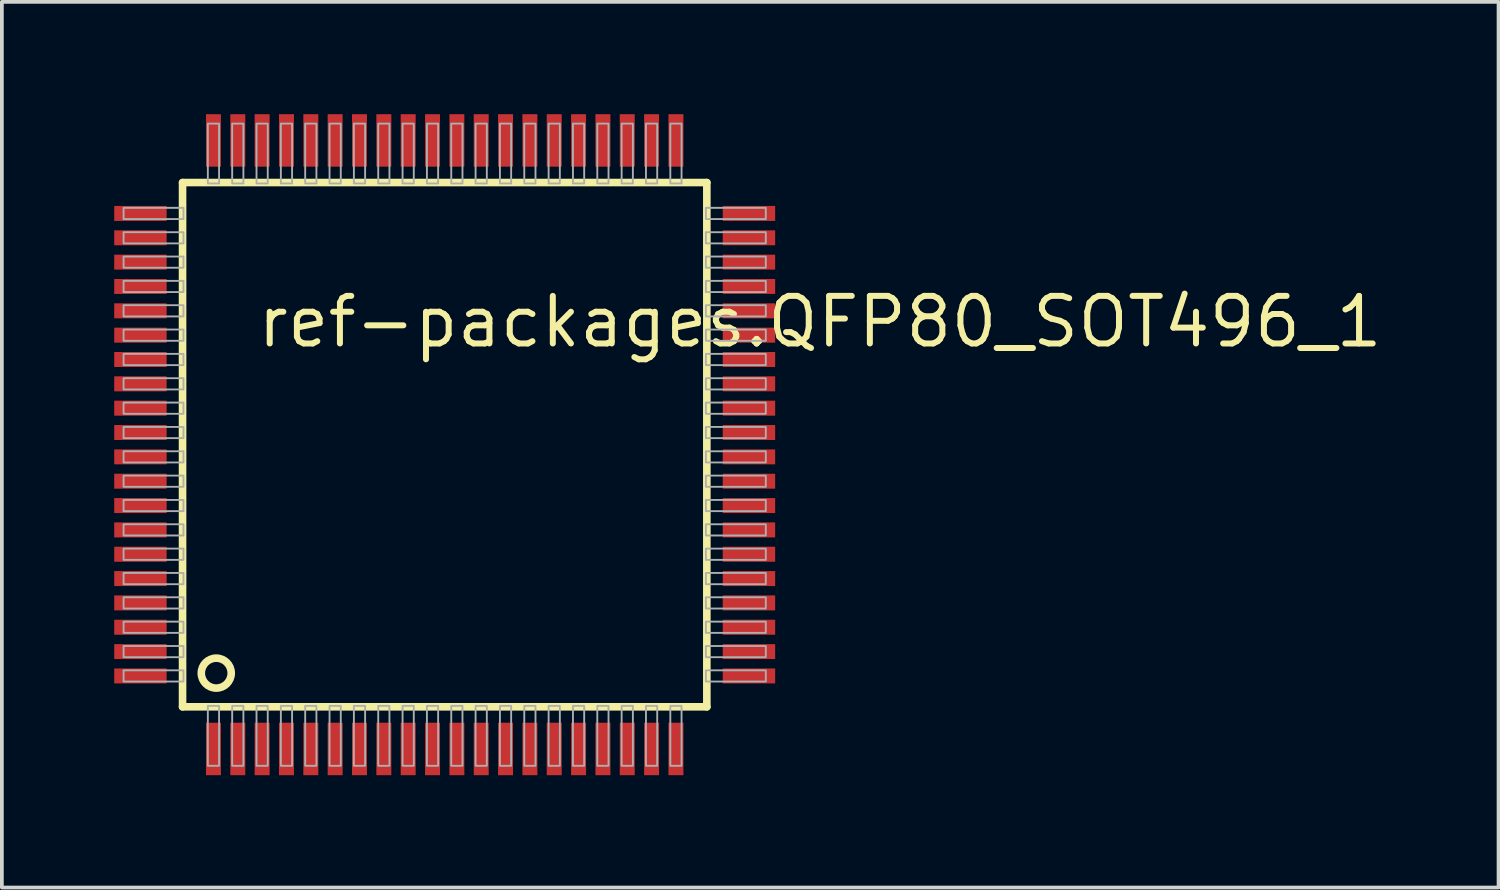
<source format=kicad_pcb>
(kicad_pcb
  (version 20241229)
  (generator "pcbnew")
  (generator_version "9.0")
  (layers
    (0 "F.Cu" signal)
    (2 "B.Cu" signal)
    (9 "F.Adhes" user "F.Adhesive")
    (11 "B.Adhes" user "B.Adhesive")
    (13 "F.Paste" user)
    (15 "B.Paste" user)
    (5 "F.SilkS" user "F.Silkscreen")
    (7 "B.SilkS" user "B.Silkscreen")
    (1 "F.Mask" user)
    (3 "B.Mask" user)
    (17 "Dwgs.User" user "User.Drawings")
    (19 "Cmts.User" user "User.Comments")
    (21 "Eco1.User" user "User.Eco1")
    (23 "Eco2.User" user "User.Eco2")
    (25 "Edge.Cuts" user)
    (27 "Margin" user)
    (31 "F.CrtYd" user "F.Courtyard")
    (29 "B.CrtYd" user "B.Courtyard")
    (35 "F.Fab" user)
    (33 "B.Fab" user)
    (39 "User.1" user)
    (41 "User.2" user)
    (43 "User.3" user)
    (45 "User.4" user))
  (footprint "ref-packages.QFP80_SOT496_1"
    (layer "F.Cu")
    (at 8.825 8.825)
    (property "Reference" "ref-packages.QFP80_SOT496_1" (at -5.08 -2.54 0) (layer "F.SilkS") (effects (font (size 1.27 1.27) (thickness 0.16)) (justify left bottom)))
    (attr smd)
    (fp_line (start -7 -7) (end 7 -7) (stroke (width 0.203) (type default)) (layer "F.SilkS"))
    (fp_line (start -7 7) (end -7 -7) (stroke (width 0.203) (type default)) (layer "F.SilkS"))
    (fp_line (start 7 -7) (end 7 7) (stroke (width 0.203) (type default)) (layer "F.SilkS"))
    (fp_line (start 7 7) (end -7 7) (stroke (width 0.203) (type default)) (layer "F.SilkS"))
    (fp_circle (center -6.1 6.1) (end -5.7 6.1) (stroke (width 0.203) (type default)) (fill no) (layer "F.SilkS"))
    (fp_rect (start -8.575 -6.025) (end -6.975 -6.325) (stroke (width 0.05) (type default)) (fill no) (layer "F.Fab"))
    (fp_rect (start -8.575 -5.375) (end -6.975 -5.675) (stroke (width 0.05) (type default)) (fill no) (layer "F.Fab"))
    (fp_rect (start -8.575 -4.725) (end -6.975 -5.025) (stroke (width 0.05) (type default)) (fill no) (layer "F.Fab"))
    (fp_rect (start -8.575 -4.075) (end -6.975 -4.375) (stroke (width 0.05) (type default)) (fill no) (layer "F.Fab"))
    (fp_rect (start -8.575 -3.425) (end -6.975 -3.725) (stroke (width 0.05) (type default)) (fill no) (layer "F.Fab"))
    (fp_rect (start -8.575 -2.775) (end -6.975 -3.075) (stroke (width 0.05) (type default)) (fill no) (layer "F.Fab"))
    (fp_rect (start -8.575 -2.125) (end -6.975 -2.425) (stroke (width 0.05) (type default)) (fill no) (layer "F.Fab"))
    (fp_rect (start -8.575 -1.475) (end -6.975 -1.775) (stroke (width 0.05) (type default)) (fill no) (layer "F.Fab"))
    (fp_rect (start -8.575 -0.825) (end -6.975 -1.125) (stroke (width 0.05) (type default)) (fill no) (layer "F.Fab"))
    (fp_rect (start -8.575 -0.175) (end -6.975 -0.475) (stroke (width 0.05) (type default)) (fill no) (layer "F.Fab"))
    (fp_rect (start -8.575 0.475) (end -6.975 0.175) (stroke (width 0.05) (type default)) (fill no) (layer "F.Fab"))
    (fp_rect (start -8.575 1.125) (end -6.975 0.825) (stroke (width 0.05) (type default)) (fill no) (layer "F.Fab"))
    (fp_rect (start -8.575 1.775) (end -6.975 1.475) (stroke (width 0.05) (type default)) (fill no) (layer "F.Fab"))
    (fp_rect (start -8.575 2.425) (end -6.975 2.125) (stroke (width 0.05) (type default)) (fill no) (layer "F.Fab"))
    (fp_rect (start -8.575 3.075) (end -6.975 2.775) (stroke (width 0.05) (type default)) (fill no) (layer "F.Fab"))
    (fp_rect (start -8.575 3.725) (end -6.975 3.425) (stroke (width 0.05) (type default)) (fill no) (layer "F.Fab"))
    (fp_rect (start -8.575 4.375) (end -6.975 4.075) (stroke (width 0.05) (type default)) (fill no) (layer "F.Fab"))
    (fp_rect (start -8.575 5.025) (end -6.975 4.725) (stroke (width 0.05) (type default)) (fill no) (layer "F.Fab"))
    (fp_rect (start -8.575 5.675) (end -6.975 5.375) (stroke (width 0.05) (type default)) (fill no) (layer "F.Fab"))
    (fp_rect (start -8.575 6.325) (end -6.975 6.025) (stroke (width 0.05) (type default)) (fill no) (layer "F.Fab"))
    (fp_rect (start -6.325 -6.975) (end -6.025 -8.575) (stroke (width 0.05) (type default)) (fill no) (layer "F.Fab"))
    (fp_rect (start -6.325 8.575) (end -6.025 6.975) (stroke (width 0.05) (type default)) (fill no) (layer "F.Fab"))
    (fp_rect (start -5.675 -6.975) (end -5.375 -8.575) (stroke (width 0.05) (type default)) (fill no) (layer "F.Fab"))
    (fp_rect (start -5.675 8.575) (end -5.375 6.975) (stroke (width 0.05) (type default)) (fill no) (layer "F.Fab"))
    (fp_rect (start -5.025 -6.975) (end -4.725 -8.575) (stroke (width 0.05) (type default)) (fill no) (layer "F.Fab"))
    (fp_rect (start -5.025 8.575) (end -4.725 6.975) (stroke (width 0.05) (type default)) (fill no) (layer "F.Fab"))
    (fp_rect (start -4.375 -6.975) (end -4.075 -8.575) (stroke (width 0.05) (type default)) (fill no) (layer "F.Fab"))
    (fp_rect (start -4.375 8.575) (end -4.075 6.975) (stroke (width 0.05) (type default)) (fill no) (layer "F.Fab"))
    (fp_rect (start -3.725 -6.975) (end -3.425 -8.575) (stroke (width 0.05) (type default)) (fill no) (layer "F.Fab"))
    (fp_rect (start -3.725 8.575) (end -3.425 6.975) (stroke (width 0.05) (type default)) (fill no) (layer "F.Fab"))
    (fp_rect (start -3.075 -6.975) (end -2.775 -8.575) (stroke (width 0.05) (type default)) (fill no) (layer "F.Fab"))
    (fp_rect (start -3.075 8.575) (end -2.775 6.975) (stroke (width 0.05) (type default)) (fill no) (layer "F.Fab"))
    (fp_rect (start -2.425 -6.975) (end -2.125 -8.575) (stroke (width 0.05) (type default)) (fill no) (layer "F.Fab"))
    (fp_rect (start -2.425 8.575) (end -2.125 6.975) (stroke (width 0.05) (type default)) (fill no) (layer "F.Fab"))
    (fp_rect (start -1.775 -6.975) (end -1.475 -8.575) (stroke (width 0.05) (type default)) (fill no) (layer "F.Fab"))
    (fp_rect (start -1.775 8.575) (end -1.475 6.975) (stroke (width 0.05) (type default)) (fill no) (layer "F.Fab"))
    (fp_rect (start -1.125 -6.975) (end -0.825 -8.575) (stroke (width 0.05) (type default)) (fill no) (layer "F.Fab"))
    (fp_rect (start -1.125 8.575) (end -0.825 6.975) (stroke (width 0.05) (type default)) (fill no) (layer "F.Fab"))
    (fp_rect (start -0.475 -6.975) (end -0.175 -8.575) (stroke (width 0.05) (type default)) (fill no) (layer "F.Fab"))
    (fp_rect (start -0.475 8.575) (end -0.175 6.975) (stroke (width 0.05) (type default)) (fill no) (layer "F.Fab"))
    (fp_rect (start 0.175 -6.975) (end 0.475 -8.575) (stroke (width 0.05) (type default)) (fill no) (layer "F.Fab"))
    (fp_rect (start 0.175 8.575) (end 0.475 6.975) (stroke (width 0.05) (type default)) (fill no) (layer "F.Fab"))
    (fp_rect (start 0.825 -6.975) (end 1.125 -8.575) (stroke (width 0.05) (type default)) (fill no) (layer "F.Fab"))
    (fp_rect (start 0.825 8.575) (end 1.125 6.975) (stroke (width 0.05) (type default)) (fill no) (layer "F.Fab"))
    (fp_rect (start 1.475 -6.975) (end 1.775 -8.575) (stroke (width 0.05) (type default)) (fill no) (layer "F.Fab"))
    (fp_rect (start 1.475 8.575) (end 1.775 6.975) (stroke (width 0.05) (type default)) (fill no) (layer "F.Fab"))
    (fp_rect (start 2.125 -6.975) (end 2.425 -8.575) (stroke (width 0.05) (type default)) (fill no) (layer "F.Fab"))
    (fp_rect (start 2.125 8.575) (end 2.425 6.975) (stroke (width 0.05) (type default)) (fill no) (layer "F.Fab"))
    (fp_rect (start 2.775 -6.975) (end 3.075 -8.575) (stroke (width 0.05) (type default)) (fill no) (layer "F.Fab"))
    (fp_rect (start 2.775 8.575) (end 3.075 6.975) (stroke (width 0.05) (type default)) (fill no) (layer "F.Fab"))
    (fp_rect (start 3.425 -6.975) (end 3.725 -8.575) (stroke (width 0.05) (type default)) (fill no) (layer "F.Fab"))
    (fp_rect (start 3.425 8.575) (end 3.725 6.975) (stroke (width 0.05) (type default)) (fill no) (layer "F.Fab"))
    (fp_rect (start 4.075 -6.975) (end 4.375 -8.575) (stroke (width 0.05) (type default)) (fill no) (layer "F.Fab"))
    (fp_rect (start 4.075 8.575) (end 4.375 6.975) (stroke (width 0.05) (type default)) (fill no) (layer "F.Fab"))
    (fp_rect (start 4.725 -6.975) (end 5.025 -8.575) (stroke (width 0.05) (type default)) (fill no) (layer "F.Fab"))
    (fp_rect (start 4.725 8.575) (end 5.025 6.975) (stroke (width 0.05) (type default)) (fill no) (layer "F.Fab"))
    (fp_rect (start 5.375 -6.975) (end 5.675 -8.575) (stroke (width 0.05) (type default)) (fill no) (layer "F.Fab"))
    (fp_rect (start 5.375 8.575) (end 5.675 6.975) (stroke (width 0.05) (type default)) (fill no) (layer "F.Fab"))
    (fp_rect (start 6.025 -6.975) (end 6.325 -8.575) (stroke (width 0.05) (type default)) (fill no) (layer "F.Fab"))
    (fp_rect (start 6.025 8.575) (end 6.325 6.975) (stroke (width 0.05) (type default)) (fill no) (layer "F.Fab"))
    (fp_rect (start 6.975 -6.025) (end 8.575 -6.325) (stroke (width 0.05) (type default)) (fill no) (layer "F.Fab"))
    (fp_rect (start 6.975 -5.375) (end 8.575 -5.675) (stroke (width 0.05) (type default)) (fill no) (layer "F.Fab"))
    (fp_rect (start 6.975 -4.725) (end 8.575 -5.025) (stroke (width 0.05) (type default)) (fill no) (layer "F.Fab"))
    (fp_rect (start 6.975 -4.075) (end 8.575 -4.375) (stroke (width 0.05) (type default)) (fill no) (layer "F.Fab"))
    (fp_rect (start 6.975 -3.425) (end 8.575 -3.725) (stroke (width 0.05) (type default)) (fill no) (layer "F.Fab"))
    (fp_rect (start 6.975 -2.775) (end 8.575 -3.075) (stroke (width 0.05) (type default)) (fill no) (layer "F.Fab"))
    (fp_rect (start 6.975 -2.125) (end 8.575 -2.425) (stroke (width 0.05) (type default)) (fill no) (layer "F.Fab"))
    (fp_rect (start 6.975 -1.475) (end 8.575 -1.775) (stroke (width 0.05) (type default)) (fill no) (layer "F.Fab"))
    (fp_rect (start 6.975 -0.825) (end 8.575 -1.125) (stroke (width 0.05) (type default)) (fill no) (layer "F.Fab"))
    (fp_rect (start 6.975 -0.175) (end 8.575 -0.475) (stroke (width 0.05) (type default)) (fill no) (layer "F.Fab"))
    (fp_rect (start 6.975 0.475) (end 8.575 0.175) (stroke (width 0.05) (type default)) (fill no) (layer "F.Fab"))
    (fp_rect (start 6.975 1.125) (end 8.575 0.825) (stroke (width 0.05) (type default)) (fill no) (layer "F.Fab"))
    (fp_rect (start 6.975 1.775) (end 8.575 1.475) (stroke (width 0.05) (type default)) (fill no) (layer "F.Fab"))
    (fp_rect (start 6.975 2.425) (end 8.575 2.125) (stroke (width 0.05) (type default)) (fill no) (layer "F.Fab"))
    (fp_rect (start 6.975 3.075) (end 8.575 2.775) (stroke (width 0.05) (type default)) (fill no) (layer "F.Fab"))
    (fp_rect (start 6.975 3.725) (end 8.575 3.425) (stroke (width 0.05) (type default)) (fill no) (layer "F.Fab"))
    (fp_rect (start 6.975 4.375) (end 8.575 4.075) (stroke (width 0.05) (type default)) (fill no) (layer "F.Fab"))
    (fp_rect (start 6.975 5.025) (end 8.575 4.725) (stroke (width 0.05) (type default)) (fill no) (layer "F.Fab"))
    (fp_rect (start 6.975 5.675) (end 8.575 5.375) (stroke (width 0.05) (type default)) (fill no) (layer "F.Fab"))
    (fp_rect (start 6.975 6.325) (end 8.575 6.025) (stroke (width 0.05) (type default)) (fill no) (layer "F.Fab"))
    (pad "1" smd roundrect (at -6.175 8.125) (size 0.4 1.4) (layers "F.Cu" "F.Mask" "F.Paste") (roundrect_rratio 0.01))
    (pad "2" smd roundrect (at -5.525 8.125) (size 0.4 1.4) (layers "F.Cu" "F.Mask" "F.Paste") (roundrect_rratio 0.01))
    (pad "3" smd roundrect (at -4.875 8.125) (size 0.4 1.4) (layers "F.Cu" "F.Mask" "F.Paste") (roundrect_rratio 0.01))
    (pad "4" smd roundrect (at -4.225 8.125) (size 0.4 1.4) (layers "F.Cu" "F.Mask" "F.Paste") (roundrect_rratio 0.01))
    (pad "5" smd roundrect (at -3.575 8.125) (size 0.4 1.4) (layers "F.Cu" "F.Mask" "F.Paste") (roundrect_rratio 0.01))
    (pad "6" smd roundrect (at -2.925 8.125) (size 0.4 1.4) (layers "F.Cu" "F.Mask" "F.Paste") (roundrect_rratio 0.01))
    (pad "7" smd roundrect (at -2.275 8.125) (size 0.4 1.4) (layers "F.Cu" "F.Mask" "F.Paste") (roundrect_rratio 0.01))
    (pad "8" smd roundrect (at -1.625 8.125) (size 0.4 1.4) (layers "F.Cu" "F.Mask" "F.Paste") (roundrect_rratio 0.01))
    (pad "9" smd roundrect (at -0.975 8.125) (size 0.4 1.4) (layers "F.Cu" "F.Mask" "F.Paste") (roundrect_rratio 0.01))
    (pad "10" smd roundrect (at -0.325 8.125) (size 0.4 1.4) (layers "F.Cu" "F.Mask" "F.Paste") (roundrect_rratio 0.01))
    (pad "11" smd roundrect (at 0.325 8.125) (size 0.4 1.4) (layers "F.Cu" "F.Mask" "F.Paste") (roundrect_rratio 0.01))
    (pad "12" smd roundrect (at 0.975 8.125) (size 0.4 1.4) (layers "F.Cu" "F.Mask" "F.Paste") (roundrect_rratio 0.01))
    (pad "13" smd roundrect (at 1.625 8.125) (size 0.4 1.4) (layers "F.Cu" "F.Mask" "F.Paste") (roundrect_rratio 0.01))
    (pad "14" smd roundrect (at 2.275 8.125) (size 0.4 1.4) (layers "F.Cu" "F.Mask" "F.Paste") (roundrect_rratio 0.01))
    (pad "15" smd roundrect (at 2.925 8.125) (size 0.4 1.4) (layers "F.Cu" "F.Mask" "F.Paste") (roundrect_rratio 0.01))
    (pad "16" smd roundrect (at 3.575 8.125) (size 0.4 1.4) (layers "F.Cu" "F.Mask" "F.Paste") (roundrect_rratio 0.01))
    (pad "17" smd roundrect (at 4.225 8.125) (size 0.4 1.4) (layers "F.Cu" "F.Mask" "F.Paste") (roundrect_rratio 0.01))
    (pad "18" smd roundrect (at 4.875 8.125) (size 0.4 1.4) (layers "F.Cu" "F.Mask" "F.Paste") (roundrect_rratio 0.01))
    (pad "19" smd roundrect (at 5.525 8.125) (size 0.4 1.4) (layers "F.Cu" "F.Mask" "F.Paste") (roundrect_rratio 0.01))
    (pad "20" smd roundrect (at 6.175 8.125) (size 0.4 1.4) (layers "F.Cu" "F.Mask" "F.Paste") (roundrect_rratio 0.01))
    (pad "21" smd roundrect (at 8.125 6.175) (size 1.4 0.4) (layers "F.Cu" "F.Mask" "F.Paste") (roundrect_rratio 0.01))
    (pad "22" smd roundrect (at 8.125 5.525) (size 1.4 0.4) (layers "F.Cu" "F.Mask" "F.Paste") (roundrect_rratio 0.01))
    (pad "23" smd roundrect (at 8.125 4.875) (size 1.4 0.4) (layers "F.Cu" "F.Mask" "F.Paste") (roundrect_rratio 0.01))
    (pad "24" smd roundrect (at 8.125 4.225) (size 1.4 0.4) (layers "F.Cu" "F.Mask" "F.Paste") (roundrect_rratio 0.01))
    (pad "25" smd roundrect (at 8.125 3.575) (size 1.4 0.4) (layers "F.Cu" "F.Mask" "F.Paste") (roundrect_rratio 0.01))
    (pad "26" smd roundrect (at 8.125 2.925) (size 1.4 0.4) (layers "F.Cu" "F.Mask" "F.Paste") (roundrect_rratio 0.01))
    (pad "27" smd roundrect (at 8.125 2.275) (size 1.4 0.4) (layers "F.Cu" "F.Mask" "F.Paste") (roundrect_rratio 0.01))
    (pad "28" smd roundrect (at 8.125 1.625) (size 1.4 0.4) (layers "F.Cu" "F.Mask" "F.Paste") (roundrect_rratio 0.01))
    (pad "29" smd roundrect (at 8.125 0.975) (size 1.4 0.4) (layers "F.Cu" "F.Mask" "F.Paste") (roundrect_rratio 0.01))
    (pad "30" smd roundrect (at 8.125 0.325) (size 1.4 0.4) (layers "F.Cu" "F.Mask" "F.Paste") (roundrect_rratio 0.01))
    (pad "31" smd roundrect (at 8.125 -0.325) (size 1.4 0.4) (layers "F.Cu" "F.Mask" "F.Paste") (roundrect_rratio 0.01))
    (pad "32" smd roundrect (at 8.125 -0.975) (size 1.4 0.4) (layers "F.Cu" "F.Mask" "F.Paste") (roundrect_rratio 0.01))
    (pad "33" smd roundrect (at 8.125 -1.625) (size 1.4 0.4) (layers "F.Cu" "F.Mask" "F.Paste") (roundrect_rratio 0.01))
    (pad "34" smd roundrect (at 8.125 -2.275) (size 1.4 0.4) (layers "F.Cu" "F.Mask" "F.Paste") (roundrect_rratio 0.01))
    (pad "35" smd roundrect (at 8.125 -2.925) (size 1.4 0.4) (layers "F.Cu" "F.Mask" "F.Paste") (roundrect_rratio 0.01))
    (pad "36" smd roundrect (at 8.125 -3.575) (size 1.4 0.4) (layers "F.Cu" "F.Mask" "F.Paste") (roundrect_rratio 0.01))
    (pad "37" smd roundrect (at 8.125 -4.225) (size 1.4 0.4) (layers "F.Cu" "F.Mask" "F.Paste") (roundrect_rratio 0.01))
    (pad "38" smd roundrect (at 8.125 -4.875) (size 1.4 0.4) (layers "F.Cu" "F.Mask" "F.Paste") (roundrect_rratio 0.01))
    (pad "39" smd roundrect (at 8.125 -5.525) (size 1.4 0.4) (layers "F.Cu" "F.Mask" "F.Paste") (roundrect_rratio 0.01))
    (pad "40" smd roundrect (at 8.125 -6.175) (size 1.4 0.4) (layers "F.Cu" "F.Mask" "F.Paste") (roundrect_rratio 0.01))
    (pad "41" smd roundrect (at 6.175 -8.125) (size 0.4 1.4) (layers "F.Cu" "F.Mask" "F.Paste") (roundrect_rratio 0.01))
    (pad "42" smd roundrect (at 5.525 -8.125) (size 0.4 1.4) (layers "F.Cu" "F.Mask" "F.Paste") (roundrect_rratio 0.01))
    (pad "43" smd roundrect (at 4.875 -8.125) (size 0.4 1.4) (layers "F.Cu" "F.Mask" "F.Paste") (roundrect_rratio 0.01))
    (pad "44" smd roundrect (at 4.225 -8.125) (size 0.4 1.4) (layers "F.Cu" "F.Mask" "F.Paste") (roundrect_rratio 0.01))
    (pad "45" smd roundrect (at 3.575 -8.125) (size 0.4 1.4) (layers "F.Cu" "F.Mask" "F.Paste") (roundrect_rratio 0.01))
    (pad "46" smd roundrect (at 2.925 -8.125) (size 0.4 1.4) (layers "F.Cu" "F.Mask" "F.Paste") (roundrect_rratio 0.01))
    (pad "47" smd roundrect (at 2.275 -8.125) (size 0.4 1.4) (layers "F.Cu" "F.Mask" "F.Paste") (roundrect_rratio 0.01))
    (pad "48" smd roundrect (at 1.625 -8.125) (size 0.4 1.4) (layers "F.Cu" "F.Mask" "F.Paste") (roundrect_rratio 0.01))
    (pad "49" smd roundrect (at 0.975 -8.125) (size 0.4 1.4) (layers "F.Cu" "F.Mask" "F.Paste") (roundrect_rratio 0.01))
    (pad "50" smd roundrect (at 0.325 -8.125) (size 0.4 1.4) (layers "F.Cu" "F.Mask" "F.Paste") (roundrect_rratio 0.01))
    (pad "51" smd roundrect (at -0.325 -8.125) (size 0.4 1.4) (layers "F.Cu" "F.Mask" "F.Paste") (roundrect_rratio 0.01))
    (pad "52" smd roundrect (at -0.975 -8.125) (size 0.4 1.4) (layers "F.Cu" "F.Mask" "F.Paste") (roundrect_rratio 0.01))
    (pad "53" smd roundrect (at -1.625 -8.125) (size 0.4 1.4) (layers "F.Cu" "F.Mask" "F.Paste") (roundrect_rratio 0.01))
    (pad "54" smd roundrect (at -2.275 -8.125) (size 0.4 1.4) (layers "F.Cu" "F.Mask" "F.Paste") (roundrect_rratio 0.01))
    (pad "55" smd roundrect (at -2.925 -8.125) (size 0.4 1.4) (layers "F.Cu" "F.Mask" "F.Paste") (roundrect_rratio 0.01))
    (pad "56" smd roundrect (at -3.575 -8.125) (size 0.4 1.4) (layers "F.Cu" "F.Mask" "F.Paste") (roundrect_rratio 0.01))
    (pad "57" smd roundrect (at -4.225 -8.125) (size 0.4 1.4) (layers "F.Cu" "F.Mask" "F.Paste") (roundrect_rratio 0.01))
    (pad "58" smd roundrect (at -4.875 -8.125) (size 0.4 1.4) (layers "F.Cu" "F.Mask" "F.Paste") (roundrect_rratio 0.01))
    (pad "59" smd roundrect (at -5.525 -8.125) (size 0.4 1.4) (layers "F.Cu" "F.Mask" "F.Paste") (roundrect_rratio 0.01))
    (pad "60" smd roundrect (at -6.175 -8.125) (size 0.4 1.4) (layers "F.Cu" "F.Mask" "F.Paste") (roundrect_rratio 0.01))
    (pad "61" smd roundrect (at -8.125 -6.175) (size 1.4 0.4) (layers "F.Cu" "F.Mask" "F.Paste") (roundrect_rratio 0.01))
    (pad "62" smd roundrect (at -8.125 -5.525) (size 1.4 0.4) (layers "F.Cu" "F.Mask" "F.Paste") (roundrect_rratio 0.01))
    (pad "63" smd roundrect (at -8.125 -4.875) (size 1.4 0.4) (layers "F.Cu" "F.Mask" "F.Paste") (roundrect_rratio 0.01))
    (pad "64" smd roundrect (at -8.125 -4.225) (size 1.4 0.4) (layers "F.Cu" "F.Mask" "F.Paste") (roundrect_rratio 0.01))
    (pad "65" smd roundrect (at -8.125 -3.575) (size 1.4 0.4) (layers "F.Cu" "F.Mask" "F.Paste") (roundrect_rratio 0.01))
    (pad "66" smd roundrect (at -8.125 -2.925) (size 1.4 0.4) (layers "F.Cu" "F.Mask" "F.Paste") (roundrect_rratio 0.01))
    (pad "67" smd roundrect (at -8.125 -2.275) (size 1.4 0.4) (layers "F.Cu" "F.Mask" "F.Paste") (roundrect_rratio 0.01))
    (pad "68" smd roundrect (at -8.125 -1.625) (size 1.4 0.4) (layers "F.Cu" "F.Mask" "F.Paste") (roundrect_rratio 0.01))
    (pad "69" smd roundrect (at -8.125 -0.975) (size 1.4 0.4) (layers "F.Cu" "F.Mask" "F.Paste") (roundrect_rratio 0.01))
    (pad "70" smd roundrect (at -8.125 -0.325) (size 1.4 0.4) (layers "F.Cu" "F.Mask" "F.Paste") (roundrect_rratio 0.01))
    (pad "71" smd roundrect (at -8.125 0.325) (size 1.4 0.4) (layers "F.Cu" "F.Mask" "F.Paste") (roundrect_rratio 0.01))
    (pad "72" smd roundrect (at -8.125 0.975) (size 1.4 0.4) (layers "F.Cu" "F.Mask" "F.Paste") (roundrect_rratio 0.01))
    (pad "73" smd roundrect (at -8.125 1.625) (size 1.4 0.4) (layers "F.Cu" "F.Mask" "F.Paste") (roundrect_rratio 0.01))
    (pad "74" smd roundrect (at -8.125 2.275) (size 1.4 0.4) (layers "F.Cu" "F.Mask" "F.Paste") (roundrect_rratio 0.01))
    (pad "75" smd roundrect (at -8.125 2.925) (size 1.4 0.4) (layers "F.Cu" "F.Mask" "F.Paste") (roundrect_rratio 0.01))
    (pad "76" smd roundrect (at -8.125 3.575) (size 1.4 0.4) (layers "F.Cu" "F.Mask" "F.Paste") (roundrect_rratio 0.01))
    (pad "77" smd roundrect (at -8.125 4.225) (size 1.4 0.4) (layers "F.Cu" "F.Mask" "F.Paste") (roundrect_rratio 0.01))
    (pad "78" smd roundrect (at -8.125 4.875) (size 1.4 0.4) (layers "F.Cu" "F.Mask" "F.Paste") (roundrect_rratio 0.01))
    (pad "79" smd roundrect (at -8.125 5.525) (size 1.4 0.4) (layers "F.Cu" "F.Mask" "F.Paste") (roundrect_rratio 0.01))
    (pad "80" smd roundrect (at -8.125 6.175) (size 1.4 0.4) (layers "F.Cu" "F.Mask" "F.Paste") (roundrect_rratio 0.01)))
  (gr_rect
    (start -3 -3)
    (end 36.967 20.65)
    (stroke (width 0.1) (type default))
    (fill no)
    (layer "Edge.Cuts")))
</source>
